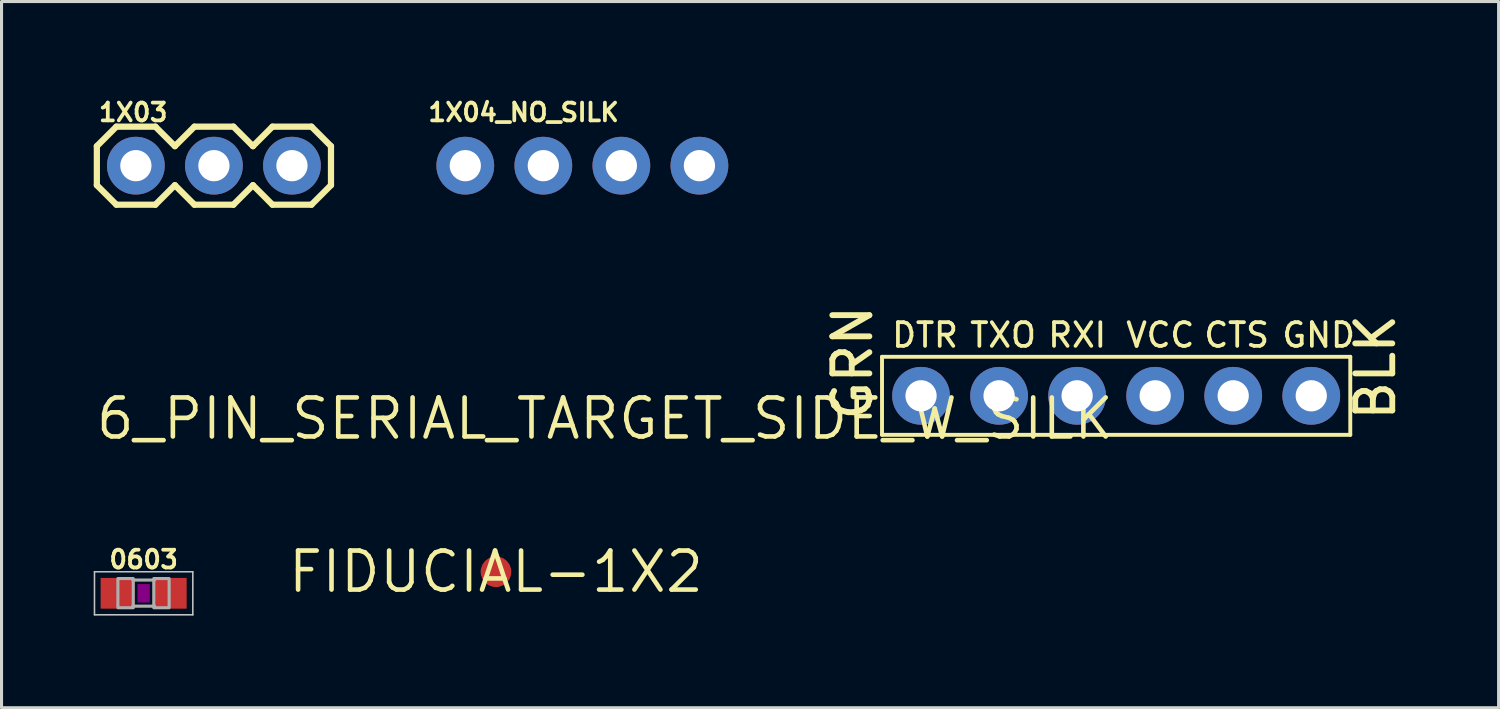
<source format=kicad_pcb>
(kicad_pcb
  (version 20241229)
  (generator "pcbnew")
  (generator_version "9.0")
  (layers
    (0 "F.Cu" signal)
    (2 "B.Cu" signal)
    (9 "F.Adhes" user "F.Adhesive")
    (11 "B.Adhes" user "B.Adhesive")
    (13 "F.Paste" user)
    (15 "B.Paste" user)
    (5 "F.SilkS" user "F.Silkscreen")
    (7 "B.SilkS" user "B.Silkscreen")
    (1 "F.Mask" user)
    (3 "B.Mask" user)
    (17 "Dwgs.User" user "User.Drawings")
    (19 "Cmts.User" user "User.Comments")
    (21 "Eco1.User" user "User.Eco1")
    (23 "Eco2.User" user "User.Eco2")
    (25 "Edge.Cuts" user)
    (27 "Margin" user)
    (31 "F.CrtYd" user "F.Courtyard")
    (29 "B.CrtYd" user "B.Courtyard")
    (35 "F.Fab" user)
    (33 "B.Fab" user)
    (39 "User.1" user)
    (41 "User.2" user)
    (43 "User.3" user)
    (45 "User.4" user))
  (footprint "1X03"
    (layer "F.Cu")
    (at 1.372 2.342)
    (property "Reference" "1X03" (at -1.27 -1.397 0) (layer "F.SilkS") (effects (font (size 0.579 0.579) (thickness 0.122)) (justify left bottom)))
    (attr through_hole)
    (fp_line (start -1.27 -0.635) (end -1.27 0.635) (stroke (width 0.203) (type solid)) (layer "F.SilkS"))
    (fp_line (start -1.27 0.635) (end -0.635 1.27) (stroke (width 0.203) (type solid)) (layer "F.SilkS"))
    (fp_line (start -0.635 -1.27) (end -1.27 -0.635) (stroke (width 0.203) (type solid)) (layer "F.SilkS"))
    (fp_line (start -0.635 -1.27) (end 0.635 -1.27) (stroke (width 0.203) (type solid)) (layer "F.SilkS"))
    (fp_line (start 0.635 -1.27) (end 1.27 -0.635) (stroke (width 0.203) (type solid)) (layer "F.SilkS"))
    (fp_line (start 0.635 1.27) (end -0.635 1.27) (stroke (width 0.203) (type solid)) (layer "F.SilkS"))
    (fp_line (start 1.27 -0.635) (end 1.905 -1.27) (stroke (width 0.203) (type solid)) (layer "F.SilkS"))
    (fp_line (start 1.27 0.635) (end 0.635 1.27) (stroke (width 0.203) (type solid)) (layer "F.SilkS"))
    (fp_line (start 1.905 -1.27) (end 3.175 -1.27) (stroke (width 0.203) (type solid)) (layer "F.SilkS"))
    (fp_line (start 1.905 1.27) (end 1.27 0.635) (stroke (width 0.203) (type solid)) (layer "F.SilkS"))
    (fp_line (start 3.175 -1.27) (end 3.81 -0.635) (stroke (width 0.203) (type solid)) (layer "F.SilkS"))
    (fp_line (start 3.175 1.27) (end 1.905 1.27) (stroke (width 0.203) (type solid)) (layer "F.SilkS"))
    (fp_line (start 3.81 -0.635) (end 4.445 -1.27) (stroke (width 0.203) (type solid)) (layer "F.SilkS"))
    (fp_line (start 3.81 0.635) (end 3.175 1.27) (stroke (width 0.203) (type solid)) (layer "F.SilkS"))
    (fp_line (start 4.445 -1.27) (end 5.715 -1.27) (stroke (width 0.203) (type solid)) (layer "F.SilkS"))
    (fp_line (start 4.445 1.27) (end 3.81 0.635) (stroke (width 0.203) (type solid)) (layer "F.SilkS"))
    (fp_line (start 5.715 -1.27) (end 6.35 -0.635) (stroke (width 0.203) (type solid)) (layer "F.SilkS"))
    (fp_line (start 5.715 1.27) (end 4.445 1.27) (stroke (width 0.203) (type solid)) (layer "F.SilkS"))
    (fp_line (start 6.35 -0.635) (end 6.35 0.635) (stroke (width 0.203) (type solid)) (layer "F.SilkS"))
    (fp_line (start 6.35 0.635) (end 5.715 1.27) (stroke (width 0.203) (type solid)) (layer "F.SilkS"))
    (fp_poly (pts (xy -0.254 0.254) (xy 0.254 0.254) (xy 0.254 -0.254) (xy -0.254 -0.254)) (stroke (width 0.1) (type solid)) (fill no) (layer "F.Fab"))
    (fp_poly (pts (xy 2.286 0.254) (xy 2.794 0.254) (xy 2.794 -0.254) (xy 2.286 -0.254)) (stroke (width 0.1) (type solid)) (fill no) (layer "F.Fab"))
    (fp_poly (pts (xy 4.826 0.254) (xy 5.334 0.254) (xy 5.334 -0.254) (xy 4.826 -0.254)) (stroke (width 0.1) (type solid)) (fill no) (layer "F.Fab"))
    (pad "1" thru_hole circle (at 0 0 90) (size 1.88 1.88) (drill 1.016) (layers "*.Cu" "*.Mask"))
    (pad "2" thru_hole circle (at 2.54 0 90) (size 1.88 1.88) (drill 1.016) (layers "*.Cu" "*.Mask"))
    (pad "3" thru_hole circle (at 5.08 0 90) (size 1.88 1.88) (drill 1.016) (layers "*.Cu" "*.Mask")))
  (footprint "FIDUCIAL-1X2"
    (layer "F.Cu")
    (at 13.092 15.558)
    (property "Reference" "FIDUCIAL-1X2" (at 0 0 0) (layer "F.SilkS") (effects (font (size 1.27 1.27) (thickness 0.15))))
    (attr through_hole)
    (pad "1" smd roundrect (at 0 0) (size 1 1) (layers "F.Cu" "F.Mask") (roundrect_rratio 0.5)))
  (footprint "0603"
    (layer "F.Cu")
    (at 1.625 16.259)
    (property "Reference" "0603" (at 0 -0.762 0) (layer "F.SilkS") (effects (font (size 0.579 0.579) (thickness 0.122)) (justify bottom)))
    (attr through_hole)
    (fp_poly (pts (xy -0.2 0.3) (xy 0.2 0.3) (xy 0.2 -0.3) (xy -0.2 -0.3)) (stroke (width 0) (type solid)) (fill yes) (layer "F.Adhes"))
    (fp_line (start -1.6 -0.7) (end 1.6 -0.7) (stroke (width 0.051) (type solid)) (layer "Dwgs.User"))
    (fp_line (start -1.6 0.7) (end -1.6 -0.7) (stroke (width 0.051) (type solid)) (layer "Dwgs.User"))
    (fp_line (start 1.6 -0.7) (end 1.6 0.7) (stroke (width 0.051) (type solid)) (layer "Dwgs.User"))
    (fp_line (start 1.6 0.7) (end -1.6 0.7) (stroke (width 0.051) (type solid)) (layer "Dwgs.User"))
    (fp_line (start -0.356 -0.432) (end 0.356 -0.432) (stroke (width 0.102) (type solid)) (layer "F.Fab"))
    (fp_line (start -0.356 0.419) (end 0.356 0.419) (stroke (width 0.102) (type solid)) (layer "F.Fab"))
    (fp_poly (pts (xy -0.838 0.47) (xy -0.338 0.47) (xy -0.338 -0.48) (xy -0.838 -0.48)) (stroke (width 0.1) (type solid)) (fill no) (layer "F.Fab"))
    (fp_poly (pts (xy 0.33 0.47) (xy 0.83 0.47) (xy 0.83 -0.48) (xy 0.33 -0.48)) (stroke (width 0.1) (type solid)) (fill no) (layer "F.Fab"))
    (pad "1" smd rect (at -0.85 0) (size 1.1 1) (layers "F.Cu" "F.Mask" "F.Paste"))
    (pad "2" smd rect (at 0.85 0) (size 1.1 1) (layers "F.Cu" "F.Mask" "F.Paste")))
  (footprint "1X04_NO_SILK"
    (layer "F.Cu")
    (at 12.093 2.342)
    (property "Reference" "1X04_NO_SILK" (at -1.27 -1.397 0) (layer "F.SilkS") (effects (font (size 0.579 0.579) (thickness 0.122)) (justify left bottom)))
    (attr through_hole)
    (fp_poly (pts (xy -0.254 0.254) (xy 0.254 0.254) (xy 0.254 -0.254) (xy -0.254 -0.254)) (stroke (width 0.1) (type solid)) (fill no) (layer "F.Fab"))
    (fp_poly (pts (xy 2.286 0.254) (xy 2.794 0.254) (xy 2.794 -0.254) (xy 2.286 -0.254)) (stroke (width 0.1) (type solid)) (fill no) (layer "F.Fab"))
    (fp_poly (pts (xy 4.826 0.254) (xy 5.334 0.254) (xy 5.334 -0.254) (xy 4.826 -0.254)) (stroke (width 0.1) (type solid)) (fill no) (layer "F.Fab"))
    (fp_poly (pts (xy 7.366 0.254) (xy 7.874 0.254) (xy 7.874 -0.254) (xy 7.366 -0.254)) (stroke (width 0.1) (type solid)) (fill no) (layer "F.Fab"))
    (pad "1" thru_hole circle (at 0 0 90) (size 1.88 1.88) (drill 1.016) (layers "*.Cu" "*.Mask"))
    (pad "2" thru_hole circle (at 2.54 0 90) (size 1.88 1.88) (drill 1.016) (layers "*.Cu" "*.Mask"))
    (pad "3" thru_hole circle (at 5.08 0 90) (size 1.88 1.88) (drill 1.016) (layers "*.Cu" "*.Mask"))
    (pad "4" thru_hole circle (at 7.62 0 90) (size 1.88 1.88) (drill 1.016) (layers "*.Cu" "*.Mask")))
  (footprint "6_PIN_SERIAL_TARGET_SIDE_W_SILK"
    (layer "F.Cu")
    (at 33.276 9.832)
    (property "Reference" "6_PIN_SERIAL_TARGET_SIDE_W_SILK" (at 0 0 0) (layer "F.SilkS") (effects (font (size 1.27 1.27) (thickness 0.15)) (justify right top)))
    (attr through_hole)
    (fp_line (start -7.62 -1.27) (end 7.62 -1.27) (stroke (width 0.127) (type solid)) (layer "F.SilkS"))
    (fp_line (start -7.62 1.27) (end -7.62 -1.27) (stroke (width 0.127) (type solid)) (layer "F.SilkS"))
    (fp_line (start 7.62 -1.27) (end 7.62 1.27) (stroke (width 0.127) (type solid)) (layer "F.SilkS"))
    (fp_line (start 7.62 1.27) (end -7.62 1.27) (stroke (width 0.127) (type solid)) (layer "F.SilkS"))
    (fp_text user "TXO" (at -4.826 -1.524 0) (layer "F.SilkS") (effects (font (size 0.772 0.772) (thickness 0.122)) (justify left bottom)))
    (fp_text user "RXI" (at -2.286 -1.524 0) (layer "F.SilkS") (effects (font (size 0.772 0.772) (thickness 0.122)) (justify left bottom)))
    (fp_text user "BLK" (at 9.144 0.889 90) (layer "F.SilkS") (effects (font (size 1.206 1.206) (thickness 0.191)) (justify left bottom)))
    (fp_text user "GRN" (at -7.874 0.889 90) (layer "F.SilkS") (effects (font (size 1.206 1.206) (thickness 0.191)) (justify left bottom)))
    (fp_text user "GND" (at 5.334 -1.524 0) (layer "F.SilkS") (effects (font (size 0.772 0.772) (thickness 0.122)) (justify left bottom)))
    (fp_text user "VCC" (at 0.254 -1.524 0) (layer "F.SilkS") (effects (font (size 0.772 0.772) (thickness 0.122)) (justify left bottom)))
    (fp_text user "CTS" (at 2.794 -1.524 0) (layer "F.SilkS") (effects (font (size 0.772 0.772) (thickness 0.122)) (justify left bottom)))
    (fp_text user "DTR" (at -7.366 -1.524 0) (layer "F.SilkS") (effects (font (size 0.772 0.772) (thickness 0.122)) (justify left bottom)))
    (pad "P$1" thru_hole circle (at -6.35 0) (size 1.88 1.88) (drill 1.016) (layers "*.Cu" "*.Mask"))
    (pad "P$2" thru_hole circle (at -3.81 0) (size 1.88 1.88) (drill 1.016) (layers "*.Cu" "*.Mask"))
    (pad "P$3" thru_hole circle (at -1.27 0) (size 1.88 1.88) (drill 1.016) (layers "*.Cu" "*.Mask"))
    (pad "P$4" thru_hole circle (at 1.27 0) (size 1.88 1.88) (drill 1.016) (layers "*.Cu" "*.Mask"))
    (pad "P$5" thru_hole circle (at 3.81 0) (size 1.88 1.88) (drill 1.016) (layers "*.Cu" "*.Mask"))
    (pad "P$6" thru_hole circle (at 6.35 0) (size 1.88 1.88) (drill 1.016) (layers "*.Cu" "*.Mask")))
  (gr_rect
    (start -3 -3)
    (end 45.723 19.984)
    (stroke (width 0.1) (type default))
    (fill no)
    (layer "Edge.Cuts")))
</source>
